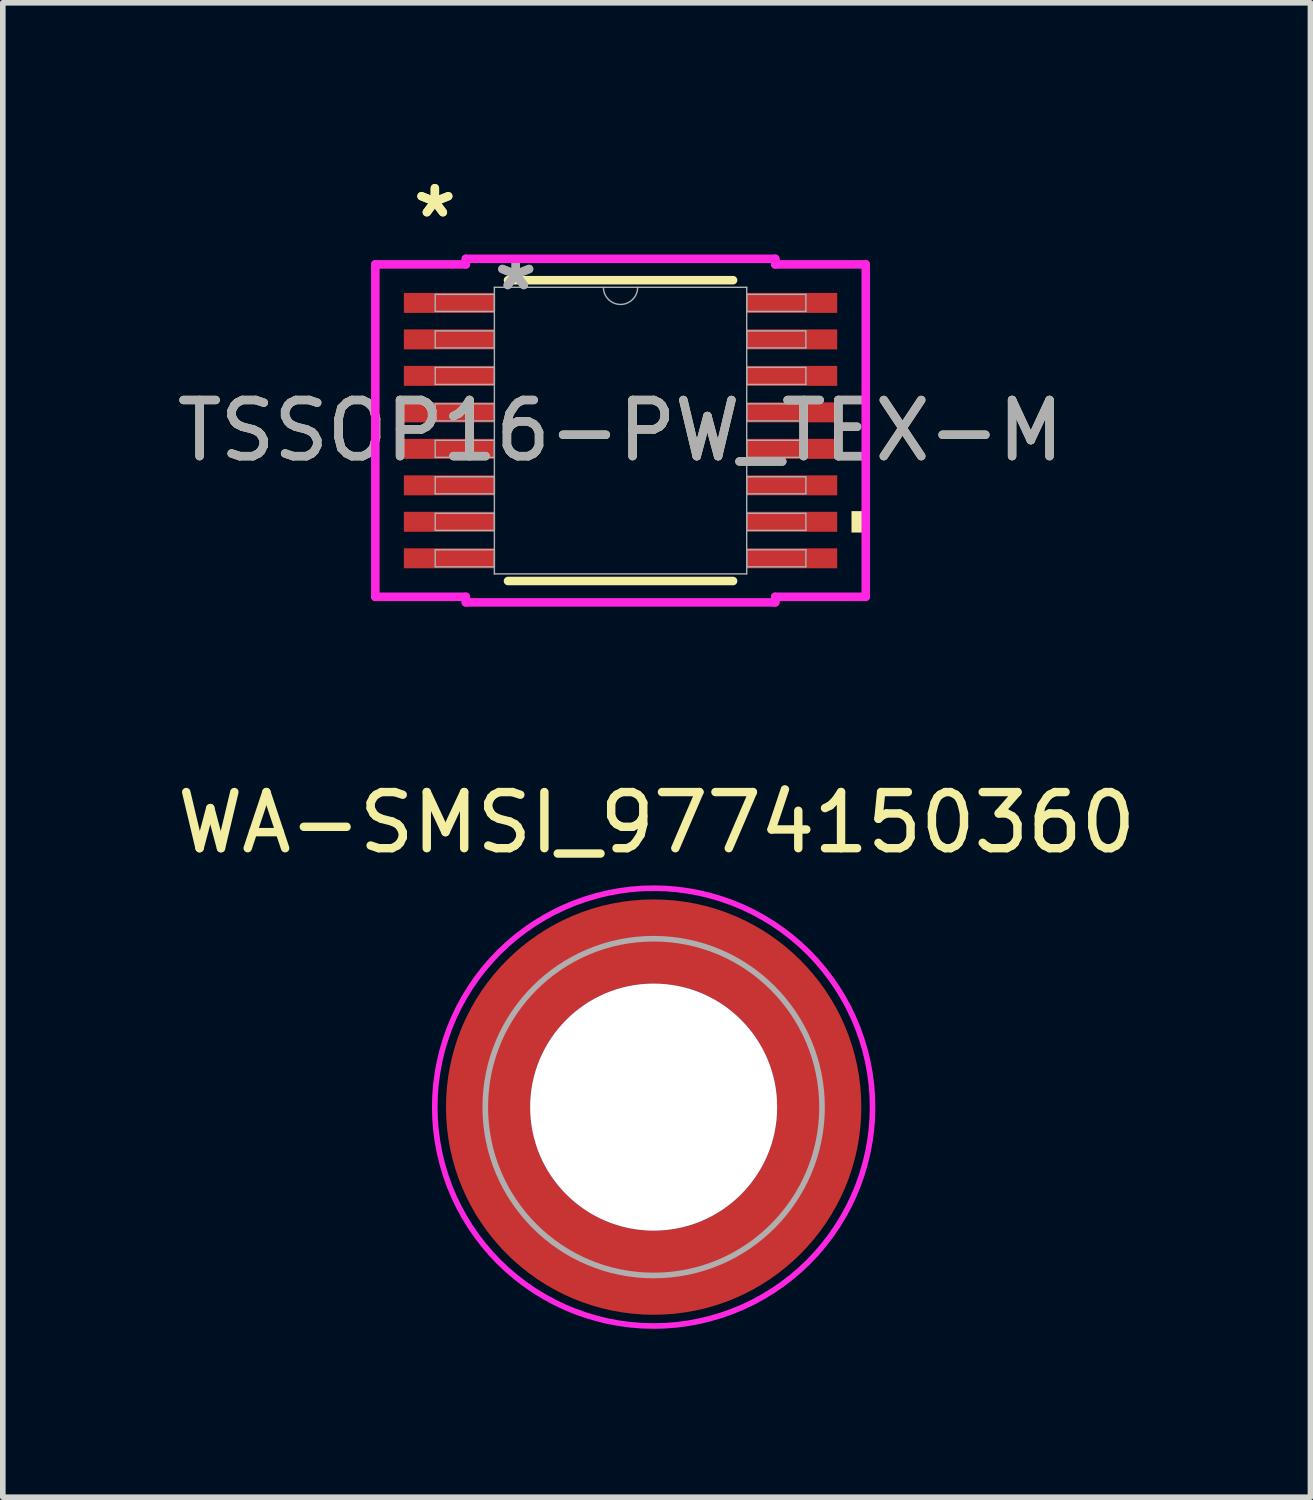
<source format=kicad_pcb>
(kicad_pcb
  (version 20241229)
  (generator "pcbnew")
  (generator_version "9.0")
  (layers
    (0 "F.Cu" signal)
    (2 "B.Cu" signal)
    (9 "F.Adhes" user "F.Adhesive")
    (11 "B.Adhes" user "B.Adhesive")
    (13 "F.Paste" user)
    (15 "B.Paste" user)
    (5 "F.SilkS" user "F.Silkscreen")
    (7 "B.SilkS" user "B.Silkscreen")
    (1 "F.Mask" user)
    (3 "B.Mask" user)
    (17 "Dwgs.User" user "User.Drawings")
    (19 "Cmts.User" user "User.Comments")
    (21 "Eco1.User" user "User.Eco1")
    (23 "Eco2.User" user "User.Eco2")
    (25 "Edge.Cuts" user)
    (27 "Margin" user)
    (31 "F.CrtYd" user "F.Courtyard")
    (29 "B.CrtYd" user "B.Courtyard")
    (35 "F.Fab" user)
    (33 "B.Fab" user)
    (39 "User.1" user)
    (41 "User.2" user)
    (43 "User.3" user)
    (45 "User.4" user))
  (footprint "WA-SMSI_9774150360"
    (layer "F.Cu")
    (at 8.596 16.675)
    (property "Reference" "WA-SMSI_9774150360" (at 0.053 -5.068 0) (layer "F.SilkS") (effects (font (size 1 1) (thickness 0.15))))
    (attr smd)
    (fp_poly (pts (xy -3.615 0.4) (xy -2.205 0.4) (xy -2.19 0.475) (xy -2.165 0.58) (xy -2.13 0.7) (xy -2.1 0.78) (xy -2.07 0.86) (xy -2.025 0.96) (xy -1.975 1.06) (xy -1.92 1.155) (xy -1.86 1.25) (xy -1.815 1.315) (xy -1.75 1.4) (xy -1.695 1.465) (xy -1.605 1.565) (xy -1.52 1.645) (xy -1.465 1.695) (xy -1.405 1.745) (xy -1.32 1.81) (xy -1.235 1.87) (xy -1.13 1.935) (xy -1.05 1.98) (xy -0.95 2.03) (xy -0.81 2.09) (xy -0.695 2.13) (xy -0.58 2.165) (xy -0.475 2.19) (xy -0.4 2.205) (xy -0.4 3.615) (xy -0.43 3.61) (xy -0.505 3.6) (xy -0.605 3.585) (xy -0.715 3.565) (xy -0.83 3.54) (xy -0.93 3.515) (xy -1.04 3.485) (xy -1.135 3.455) (xy -1.205 3.43) (xy -1.3 3.395) (xy -1.365 3.37) (xy -1.46 3.33) (xy -1.55 3.29) (xy -1.65 3.24) (xy -1.77 3.175) (xy -1.885 3.11) (xy -1.985 3.045) (xy -2.075 2.985) (xy -2.165 2.92) (xy -2.23 2.87) (xy -2.295 2.82) (xy -2.365 2.76) (xy -2.44 2.695) (xy -2.515 2.625) (xy -2.6 2.54) (xy -2.645 2.495) (xy -2.69 2.445) (xy -2.76 2.365) (xy -2.82 2.295) (xy -2.875 2.225) (xy -2.935 2.145) (xy -2.995 2.06) (xy -3.085 1.925) (xy -3.18 1.765) (xy -3.27 1.59) (xy -3.34 1.44) (xy -3.4 1.29) (xy -3.455 1.135) (xy -3.505 0.97) (xy -3.55 0.795) (xy -3.575 0.665) (xy -3.6 0.52)) (stroke (width 0.01) (type solid)) (fill yes) (layer "F.Paste"))
    (fp_poly (pts (xy -0.4 -3.615) (xy -0.4 -2.205) (xy -0.475 -2.19) (xy -0.58 -2.165) (xy -0.7 -2.13) (xy -0.78 -2.1) (xy -0.86 -2.07) (xy -0.96 -2.025) (xy -1.06 -1.975) (xy -1.155 -1.92) (xy -1.25 -1.86) (xy -1.315 -1.815) (xy -1.4 -1.75) (xy -1.465 -1.695) (xy -1.565 -1.605) (xy -1.645 -1.52) (xy -1.695 -1.465) (xy -1.745 -1.405) (xy -1.81 -1.32) (xy -1.87 -1.235) (xy -1.935 -1.13) (xy -1.98 -1.05) (xy -2.03 -0.95) (xy -2.09 -0.81) (xy -2.13 -0.695) (xy -2.165 -0.58) (xy -2.19 -0.475) (xy -2.205 -0.4) (xy -3.615 -0.4) (xy -3.61 -0.43) (xy -3.6 -0.505) (xy -3.585 -0.605) (xy -3.565 -0.715) (xy -3.54 -0.83) (xy -3.515 -0.93) (xy -3.485 -1.04) (xy -3.455 -1.135) (xy -3.43 -1.205) (xy -3.395 -1.3) (xy -3.37 -1.365) (xy -3.33 -1.46) (xy -3.29 -1.55) (xy -3.24 -1.65) (xy -3.175 -1.77) (xy -3.11 -1.885) (xy -3.045 -1.985) (xy -2.985 -2.075) (xy -2.92 -2.165) (xy -2.87 -2.23) (xy -2.82 -2.295) (xy -2.76 -2.365) (xy -2.695 -2.44) (xy -2.625 -2.515) (xy -2.54 -2.6) (xy -2.495 -2.645) (xy -2.445 -2.69) (xy -2.365 -2.76) (xy -2.295 -2.82) (xy -2.225 -2.875) (xy -2.145 -2.935) (xy -2.06 -2.995) (xy -1.925 -3.085) (xy -1.765 -3.18) (xy -1.59 -3.27) (xy -1.44 -3.34) (xy -1.29 -3.4) (xy -1.135 -3.455) (xy -0.97 -3.505) (xy -0.795 -3.55) (xy -0.665 -3.575) (xy -0.52 -3.6)) (stroke (width 0.01) (type solid)) (fill yes) (layer "F.Paste"))
    (fp_poly (pts (xy 0.4 3.615) (xy 0.4 2.205) (xy 0.475 2.19) (xy 0.58 2.165) (xy 0.7 2.13) (xy 0.78 2.1) (xy 0.86 2.07) (xy 0.96 2.025) (xy 1.06 1.975) (xy 1.155 1.92) (xy 1.25 1.86) (xy 1.315 1.815) (xy 1.4 1.75) (xy 1.465 1.695) (xy 1.565 1.605) (xy 1.645 1.52) (xy 1.695 1.465) (xy 1.745 1.405) (xy 1.81 1.32) (xy 1.87 1.235) (xy 1.935 1.13) (xy 1.98 1.05) (xy 2.03 0.95) (xy 2.09 0.81) (xy 2.13 0.695) (xy 2.165 0.58) (xy 2.19 0.475) (xy 2.205 0.4) (xy 3.615 0.4) (xy 3.61 0.43) (xy 3.6 0.505) (xy 3.585 0.605) (xy 3.565 0.715) (xy 3.54 0.83) (xy 3.515 0.93) (xy 3.485 1.04) (xy 3.455 1.135) (xy 3.43 1.205) (xy 3.395 1.3) (xy 3.37 1.365) (xy 3.33 1.46) (xy 3.29 1.55) (xy 3.24 1.65) (xy 3.175 1.77) (xy 3.11 1.885) (xy 3.045 1.985) (xy 2.985 2.075) (xy 2.92 2.165) (xy 2.87 2.23) (xy 2.82 2.295) (xy 2.76 2.365) (xy 2.695 2.44) (xy 2.625 2.515) (xy 2.54 2.6) (xy 2.495 2.645) (xy 2.445 2.69) (xy 2.365 2.76) (xy 2.295 2.82) (xy 2.225 2.875) (xy 2.145 2.935) (xy 2.06 2.995) (xy 1.925 3.085) (xy 1.765 3.18) (xy 1.59 3.27) (xy 1.44 3.34) (xy 1.29 3.4) (xy 1.135 3.455) (xy 0.97 3.505) (xy 0.795 3.55) (xy 0.665 3.575) (xy 0.52 3.6)) (stroke (width 0.01) (type solid)) (fill yes) (layer "F.Paste"))
    (fp_poly (pts (xy 3.615 -0.4) (xy 2.205 -0.4) (xy 2.19 -0.475) (xy 2.165 -0.58) (xy 2.13 -0.7) (xy 2.1 -0.78) (xy 2.07 -0.86) (xy 2.025 -0.96) (xy 1.975 -1.06) (xy 1.92 -1.155) (xy 1.86 -1.25) (xy 1.815 -1.315) (xy 1.75 -1.4) (xy 1.695 -1.465) (xy 1.605 -1.565) (xy 1.52 -1.645) (xy 1.465 -1.695) (xy 1.405 -1.745) (xy 1.32 -1.81) (xy 1.235 -1.87) (xy 1.13 -1.935) (xy 1.05 -1.98) (xy 0.95 -2.03) (xy 0.81 -2.09) (xy 0.695 -2.13) (xy 0.58 -2.165) (xy 0.475 -2.19) (xy 0.4 -2.205) (xy 0.4 -3.615) (xy 0.43 -3.61) (xy 0.505 -3.6) (xy 0.605 -3.585) (xy 0.715 -3.565) (xy 0.83 -3.54) (xy 0.93 -3.515) (xy 1.04 -3.485) (xy 1.135 -3.455) (xy 1.205 -3.43) (xy 1.3 -3.395) (xy 1.365 -3.37) (xy 1.46 -3.33) (xy 1.55 -3.29) (xy 1.65 -3.24) (xy 1.77 -3.175) (xy 1.885 -3.11) (xy 1.985 -3.045) (xy 2.075 -2.985) (xy 2.165 -2.92) (xy 2.23 -2.87) (xy 2.295 -2.82) (xy 2.365 -2.76) (xy 2.44 -2.695) (xy 2.515 -2.625) (xy 2.6 -2.54) (xy 2.645 -2.495) (xy 2.69 -2.445) (xy 2.76 -2.365) (xy 2.82 -2.295) (xy 2.875 -2.225) (xy 2.935 -2.145) (xy 2.995 -2.06) (xy 3.085 -1.925) (xy 3.18 -1.765) (xy 3.27 -1.59) (xy 3.34 -1.44) (xy 3.4 -1.29) (xy 3.455 -1.135) (xy 3.505 -0.97) (xy 3.55 -0.795) (xy 3.575 -0.665) (xy 3.6 -0.52)) (stroke (width 0.01) (type solid)) (fill yes) (layer "F.Paste"))
    (fp_poly (pts (xy 0 -3.9) (xy 0.204 -3.895) (xy 0.408 -3.879) (xy 0.61 -3.852) (xy 0.811 -3.815) (xy 1.009 -3.767) (xy 1.205 -3.709) (xy 1.398 -3.641) (xy 1.586 -3.563) (xy 1.771 -3.475) (xy 1.95 -3.377) (xy 2.124 -3.271) (xy 2.292 -3.155) (xy 2.454 -3.031) (xy 2.61 -2.898) (xy 2.758 -2.758) (xy 2.898 -2.61) (xy 3.031 -2.454) (xy 3.155 -2.292) (xy 3.271 -2.124) (xy 3.377 -1.95) (xy 3.475 -1.771) (xy 3.563 -1.586) (xy 3.641 -1.398) (xy 3.709 -1.205) (xy 3.767 -1.009) (xy 3.815 -0.811) (xy 3.852 -0.61) (xy 3.879 -0.408) (xy 3.895 -0.204) (xy 3.9 0) (xy 3.895 0.204) (xy 3.879 0.408) (xy 3.852 0.61) (xy 3.815 0.811) (xy 3.767 1.009) (xy 3.709 1.205) (xy 3.641 1.398) (xy 3.563 1.586) (xy 3.475 1.771) (xy 3.377 1.95) (xy 3.271 2.124) (xy 3.155 2.292) (xy 3.031 2.454) (xy 2.898 2.61) (xy 2.758 2.758) (xy 2.61 2.898) (xy 2.454 3.031) (xy 2.292 3.155) (xy 2.124 3.271) (xy 1.95 3.377) (xy 1.771 3.475) (xy 1.586 3.563) (xy 1.398 3.641) (xy 1.205 3.709) (xy 1.009 3.767) (xy 0.811 3.815) (xy 0.61 3.852) (xy 0.408 3.879) (xy 0.204 3.895) (xy 0 3.9) (xy -0.204 3.895) (xy -0.408 3.879) (xy -0.61 3.852) (xy -0.811 3.815) (xy -1.009 3.767) (xy -1.205 3.709) (xy -1.398 3.641) (xy -1.586 3.563) (xy -1.771 3.475) (xy -1.95 3.377) (xy -2.124 3.271) (xy -2.292 3.155) (xy -2.454 3.031) (xy -2.61 2.898) (xy -2.758 2.758) (xy -2.898 2.61) (xy -3.031 2.454) (xy -3.155 2.292) (xy -3.271 2.124) (xy -3.377 1.95) (xy -3.475 1.771) (xy -3.563 1.586) (xy -3.641 1.398) (xy -3.709 1.205) (xy -3.767 1.009) (xy -3.815 0.811) (xy -3.852 0.61) (xy -3.879 0.408) (xy -3.895 0.204) (xy -3.9 0) (xy -3.895 -0.204) (xy -3.879 -0.408) (xy -3.852 -0.61) (xy -3.815 -0.811) (xy -3.767 -1.009) (xy -3.709 -1.205) (xy -3.641 -1.398) (xy -3.563 -1.586) (xy -3.475 -1.771) (xy -3.377 -1.95) (xy -3.271 -2.124) (xy -3.155 -2.292) (xy -3.031 -2.454) (xy -2.898 -2.61) (xy -2.758 -2.758) (xy -2.61 -2.898) (xy -2.454 -3.031) (xy -2.292 -3.155) (xy -2.124 -3.271) (xy -1.95 -3.377) (xy -1.771 -3.475) (xy -1.586 -3.563) (xy -1.398 -3.641) (xy -1.205 -3.709) (xy -1.009 -3.767) (xy -0.811 -3.815) (xy -0.61 -3.852) (xy -0.408 -3.879) (xy -0.204 -3.895) (xy 0 -3.9)) (stroke (width 0.1) (type solid)) (fill no) (layer "F.CrtYd"))
    (fp_circle (center 0 0) (end 3 0) (stroke (width 0.1) (type solid)) (fill no) (layer "F.Fab"))
    (pad "" thru_hole circle (at 0 0) (size 4.4 4.4) (drill 4.4) (layers "*.Cu" "*.Mask"))
    (pad "1" smd circle (at 0 0) (size 7.4 7.4) (layers "F.Cu" "F.Mask")))
  (footprint "TSSOP16-PW_TEX-M"
    (layer "F.Cu")
    (at 8.006 4.622)
    (property "Reference" "TSSOP16-PW_TEX-M" (at 0 0 0) (unlocked yes) (layer "F.SilkS") (effects (font (size 1 1) (thickness 0.15))))
    (attr smd)
    (fp_line (start -2.005 2.68) (end 2.005 2.68) (stroke (width 0.152) (type solid)) (layer "F.SilkS"))
    (fp_line (start 2.005 -2.68) (end -2.005 -2.68) (stroke (width 0.152) (type solid)) (layer "F.SilkS"))
    (fp_poly (pts (xy 4.369 1.435) (xy 4.369 1.816) (xy 4.115 1.816) (xy 4.115 1.435)) (stroke (width 0) (type solid)) (fill yes) (layer "F.SilkS"))
    (fp_line (start -4.369 -2.961) (end -2.756 -2.961) (stroke (width 0.152) (type solid)) (layer "F.CrtYd"))
    (fp_line (start -4.369 2.961) (end -4.369 -2.961) (stroke (width 0.152) (type solid)) (layer "F.CrtYd"))
    (fp_line (start -4.369 2.961) (end -2.756 2.961) (stroke (width 0.152) (type solid)) (layer "F.CrtYd"))
    (fp_line (start -2.756 -3.061) (end 2.756 -3.061) (stroke (width 0.152) (type solid)) (layer "F.CrtYd"))
    (fp_line (start -2.756 -2.961) (end -2.756 -3.061) (stroke (width 0.152) (type solid)) (layer "F.CrtYd"))
    (fp_line (start -2.756 3.061) (end -2.756 2.961) (stroke (width 0.152) (type solid)) (layer "F.CrtYd"))
    (fp_line (start 2.756 -3.061) (end 2.756 -2.961) (stroke (width 0.152) (type solid)) (layer "F.CrtYd"))
    (fp_line (start 2.756 2.961) (end 2.756 3.061) (stroke (width 0.152) (type solid)) (layer "F.CrtYd"))
    (fp_line (start 2.756 3.061) (end -2.756 3.061) (stroke (width 0.152) (type solid)) (layer "F.CrtYd"))
    (fp_line (start 4.369 -2.961) (end 2.756 -2.961) (stroke (width 0.152) (type solid)) (layer "F.CrtYd"))
    (fp_line (start 4.369 -2.961) (end 4.369 2.961) (stroke (width 0.152) (type solid)) (layer "F.CrtYd"))
    (fp_line (start 4.369 2.961) (end 2.756 2.961) (stroke (width 0.152) (type solid)) (layer "F.CrtYd"))
    (fp_line (start -3.302 -2.427) (end -3.302 -2.123) (stroke (width 0.025) (type solid)) (layer "F.Fab"))
    (fp_line (start -3.302 -2.123) (end -2.248 -2.123) (stroke (width 0.025) (type solid)) (layer "F.Fab"))
    (fp_line (start -3.302 -1.777) (end -3.302 -1.473) (stroke (width 0.025) (type solid)) (layer "F.Fab"))
    (fp_line (start -3.302 -1.473) (end -2.248 -1.473) (stroke (width 0.025) (type solid)) (layer "F.Fab"))
    (fp_line (start -3.302 -1.127) (end -3.302 -0.823) (stroke (width 0.025) (type solid)) (layer "F.Fab"))
    (fp_line (start -3.302 -0.823) (end -2.248 -0.823) (stroke (width 0.025) (type solid)) (layer "F.Fab"))
    (fp_line (start -3.302 -0.477) (end -3.302 -0.173) (stroke (width 0.025) (type solid)) (layer "F.Fab"))
    (fp_line (start -3.302 -0.173) (end -2.248 -0.173) (stroke (width 0.025) (type solid)) (layer "F.Fab"))
    (fp_line (start -3.302 0.173) (end -3.302 0.477) (stroke (width 0.025) (type solid)) (layer "F.Fab"))
    (fp_line (start -3.302 0.477) (end -2.248 0.477) (stroke (width 0.025) (type solid)) (layer "F.Fab"))
    (fp_line (start -3.302 0.823) (end -3.302 1.127) (stroke (width 0.025) (type solid)) (layer "F.Fab"))
    (fp_line (start -3.302 1.127) (end -2.248 1.127) (stroke (width 0.025) (type solid)) (layer "F.Fab"))
    (fp_line (start -3.302 1.473) (end -3.302 1.777) (stroke (width 0.025) (type solid)) (layer "F.Fab"))
    (fp_line (start -3.302 1.777) (end -2.248 1.777) (stroke (width 0.025) (type solid)) (layer "F.Fab"))
    (fp_line (start -3.302 2.123) (end -3.302 2.427) (stroke (width 0.025) (type solid)) (layer "F.Fab"))
    (fp_line (start -3.302 2.427) (end -2.248 2.427) (stroke (width 0.025) (type solid)) (layer "F.Fab"))
    (fp_line (start -2.248 -2.553) (end -2.248 2.553) (stroke (width 0.025) (type solid)) (layer "F.Fab"))
    (fp_line (start -2.248 -2.427) (end -3.302 -2.427) (stroke (width 0.025) (type solid)) (layer "F.Fab"))
    (fp_line (start -2.248 -2.123) (end -2.248 -2.427) (stroke (width 0.025) (type solid)) (layer "F.Fab"))
    (fp_line (start -2.248 -1.777) (end -3.302 -1.777) (stroke (width 0.025) (type solid)) (layer "F.Fab"))
    (fp_line (start -2.248 -1.473) (end -2.248 -1.777) (stroke (width 0.025) (type solid)) (layer "F.Fab"))
    (fp_line (start -2.248 -1.127) (end -3.302 -1.127) (stroke (width 0.025) (type solid)) (layer "F.Fab"))
    (fp_line (start -2.248 -0.823) (end -2.248 -1.127) (stroke (width 0.025) (type solid)) (layer "F.Fab"))
    (fp_line (start -2.248 -0.477) (end -3.302 -0.477) (stroke (width 0.025) (type solid)) (layer "F.Fab"))
    (fp_line (start -2.248 -0.173) (end -2.248 -0.477) (stroke (width 0.025) (type solid)) (layer "F.Fab"))
    (fp_line (start -2.248 0.173) (end -3.302 0.173) (stroke (width 0.025) (type solid)) (layer "F.Fab"))
    (fp_line (start -2.248 0.477) (end -2.248 0.173) (stroke (width 0.025) (type solid)) (layer "F.Fab"))
    (fp_line (start -2.248 0.823) (end -3.302 0.823) (stroke (width 0.025) (type solid)) (layer "F.Fab"))
    (fp_line (start -2.248 1.127) (end -2.248 0.823) (stroke (width 0.025) (type solid)) (layer "F.Fab"))
    (fp_line (start -2.248 1.473) (end -3.302 1.473) (stroke (width 0.025) (type solid)) (layer "F.Fab"))
    (fp_line (start -2.248 1.777) (end -2.248 1.473) (stroke (width 0.025) (type solid)) (layer "F.Fab"))
    (fp_line (start -2.248 2.123) (end -3.302 2.123) (stroke (width 0.025) (type solid)) (layer "F.Fab"))
    (fp_line (start -2.248 2.427) (end -2.248 2.123) (stroke (width 0.025) (type solid)) (layer "F.Fab"))
    (fp_line (start -2.248 2.553) (end 2.248 2.553) (stroke (width 0.025) (type solid)) (layer "F.Fab"))
    (fp_line (start 2.248 -2.553) (end -2.248 -2.553) (stroke (width 0.025) (type solid)) (layer "F.Fab"))
    (fp_line (start 2.248 -2.427) (end 2.248 -2.123) (stroke (width 0.025) (type solid)) (layer "F.Fab"))
    (fp_line (start 2.248 -2.123) (end 3.302 -2.123) (stroke (width 0.025) (type solid)) (layer "F.Fab"))
    (fp_line (start 2.248 -1.777) (end 2.248 -1.473) (stroke (width 0.025) (type solid)) (layer "F.Fab"))
    (fp_line (start 2.248 -1.473) (end 3.302 -1.473) (stroke (width 0.025) (type solid)) (layer "F.Fab"))
    (fp_line (start 2.248 -1.127) (end 2.248 -0.823) (stroke (width 0.025) (type solid)) (layer "F.Fab"))
    (fp_line (start 2.248 -0.823) (end 3.302 -0.823) (stroke (width 0.025) (type solid)) (layer "F.Fab"))
    (fp_line (start 2.248 -0.477) (end 2.248 -0.173) (stroke (width 0.025) (type solid)) (layer "F.Fab"))
    (fp_line (start 2.248 -0.173) (end 3.302 -0.173) (stroke (width 0.025) (type solid)) (layer "F.Fab"))
    (fp_line (start 2.248 0.173) (end 2.248 0.477) (stroke (width 0.025) (type solid)) (layer "F.Fab"))
    (fp_line (start 2.248 0.477) (end 3.302 0.477) (stroke (width 0.025) (type solid)) (layer "F.Fab"))
    (fp_line (start 2.248 0.823) (end 2.248 1.127) (stroke (width 0.025) (type solid)) (layer "F.Fab"))
    (fp_line (start 2.248 1.127) (end 3.302 1.127) (stroke (width 0.025) (type solid)) (layer "F.Fab"))
    (fp_line (start 2.248 1.473) (end 2.248 1.777) (stroke (width 0.025) (type solid)) (layer "F.Fab"))
    (fp_line (start 2.248 1.777) (end 3.302 1.777) (stroke (width 0.025) (type solid)) (layer "F.Fab"))
    (fp_line (start 2.248 2.123) (end 2.248 2.427) (stroke (width 0.025) (type solid)) (layer "F.Fab"))
    (fp_line (start 2.248 2.427) (end 3.302 2.427) (stroke (width 0.025) (type solid)) (layer "F.Fab"))
    (fp_line (start 2.248 2.553) (end 2.248 -2.553) (stroke (width 0.025) (type solid)) (layer "F.Fab"))
    (fp_line (start 3.302 -2.427) (end 2.248 -2.427) (stroke (width 0.025) (type solid)) (layer "F.Fab"))
    (fp_line (start 3.302 -2.123) (end 3.302 -2.427) (stroke (width 0.025) (type solid)) (layer "F.Fab"))
    (fp_line (start 3.302 -1.777) (end 2.248 -1.777) (stroke (width 0.025) (type solid)) (layer "F.Fab"))
    (fp_line (start 3.302 -1.473) (end 3.302 -1.777) (stroke (width 0.025) (type solid)) (layer "F.Fab"))
    (fp_line (start 3.302 -1.127) (end 2.248 -1.127) (stroke (width 0.025) (type solid)) (layer "F.Fab"))
    (fp_line (start 3.302 -0.823) (end 3.302 -1.127) (stroke (width 0.025) (type solid)) (layer "F.Fab"))
    (fp_line (start 3.302 -0.477) (end 2.248 -0.477) (stroke (width 0.025) (type solid)) (layer "F.Fab"))
    (fp_line (start 3.302 -0.173) (end 3.302 -0.477) (stroke (width 0.025) (type solid)) (layer "F.Fab"))
    (fp_line (start 3.302 0.173) (end 2.248 0.173) (stroke (width 0.025) (type solid)) (layer "F.Fab"))
    (fp_line (start 3.302 0.477) (end 3.302 0.173) (stroke (width 0.025) (type solid)) (layer "F.Fab"))
    (fp_line (start 3.302 0.823) (end 2.248 0.823) (stroke (width 0.025) (type solid)) (layer "F.Fab"))
    (fp_line (start 3.302 1.127) (end 3.302 0.823) (stroke (width 0.025) (type solid)) (layer "F.Fab"))
    (fp_line (start 3.302 1.473) (end 2.248 1.473) (stroke (width 0.025) (type solid)) (layer "F.Fab"))
    (fp_line (start 3.302 1.777) (end 3.302 1.473) (stroke (width 0.025) (type solid)) (layer "F.Fab"))
    (fp_line (start 3.302 2.123) (end 2.248 2.123) (stroke (width 0.025) (type solid)) (layer "F.Fab"))
    (fp_line (start 3.302 2.427) (end 3.302 2.123) (stroke (width 0.025) (type solid)) (layer "F.Fab"))
    (fp_arc (start 0.3048 -2.5527) (mid 0 -2.2479) (end -0.3048 -2.5527) (stroke (width 0.0254) (type solid)) (layer "F.Fab"))
    (fp_text user "*" (at -3.308 -3.774 0) (layer "F.SilkS") (effects (font (size 1 1) (thickness 0.15))))
    (fp_text user "*" (at -3.308 -3.774 0) (unlocked yes) (layer "F.SilkS") (effects (font (size 1 1) (thickness 0.15))))
    (fp_text user "${REFERENCE}" (at 0 0 0) (unlocked yes) (layer "F.Fab") (effects (font (size 1 1) (thickness 0.15))))
    (fp_text user "*" (at -1.867 -2.477 0) (layer "F.Fab") (effects (font (size 1 1) (thickness 0.15))))
    (fp_text user "*" (at -1.867 -2.477 0) (unlocked yes) (layer "F.Fab") (effects (font (size 1 1) (thickness 0.15))))
    (pad "1" smd rect (at -3.054 -2.275) (size 1.613 0.356) (layers "F.Cu" "F.Mask" "F.Paste"))
    (pad "2" smd rect (at -3.054 -1.625) (size 1.613 0.356) (layers "F.Cu" "F.Mask" "F.Paste"))
    (pad "3" smd rect (at -3.054 -0.975) (size 1.613 0.356) (layers "F.Cu" "F.Mask" "F.Paste"))
    (pad "4" smd rect (at -3.054 -0.325) (size 1.613 0.356) (layers "F.Cu" "F.Mask" "F.Paste"))
    (pad "5" smd rect (at -3.054 0.325) (size 1.613 0.356) (layers "F.Cu" "F.Mask" "F.Paste"))
    (pad "6" smd rect (at -3.054 0.975) (size 1.613 0.356) (layers "F.Cu" "F.Mask" "F.Paste"))
    (pad "7" smd rect (at -3.054 1.625) (size 1.613 0.356) (layers "F.Cu" "F.Mask" "F.Paste"))
    (pad "8" smd rect (at -3.054 2.275) (size 1.613 0.356) (layers "F.Cu" "F.Mask" "F.Paste"))
    (pad "9" smd rect (at 3.054 2.275) (size 1.613 0.356) (layers "F.Cu" "F.Mask" "F.Paste"))
    (pad "10" smd rect (at 3.054 1.625) (size 1.613 0.356) (layers "F.Cu" "F.Mask" "F.Paste"))
    (pad "11" smd rect (at 3.054 0.975) (size 1.613 0.356) (layers "F.Cu" "F.Mask" "F.Paste"))
    (pad "12" smd rect (at 3.054 0.325) (size 1.613 0.356) (layers "F.Cu" "F.Mask" "F.Paste"))
    (pad "13" smd rect (at 3.054 -0.325) (size 1.613 0.356) (layers "F.Cu" "F.Mask" "F.Paste"))
    (pad "14" smd rect (at 3.054 -0.975) (size 1.613 0.356) (layers "F.Cu" "F.Mask" "F.Paste"))
    (pad "15" smd rect (at 3.054 -1.625) (size 1.613 0.356) (layers "F.Cu" "F.Mask" "F.Paste"))
    (pad "16" smd rect (at 3.054 -2.275) (size 1.613 0.356) (layers "F.Cu" "F.Mask" "F.Paste")))
  (gr_rect
    (start -3 -3)
    (end 20.298 23.625)
    (stroke (width 0.1) (type default))
    (fill no)
    (layer "Edge.Cuts")))
</source>
